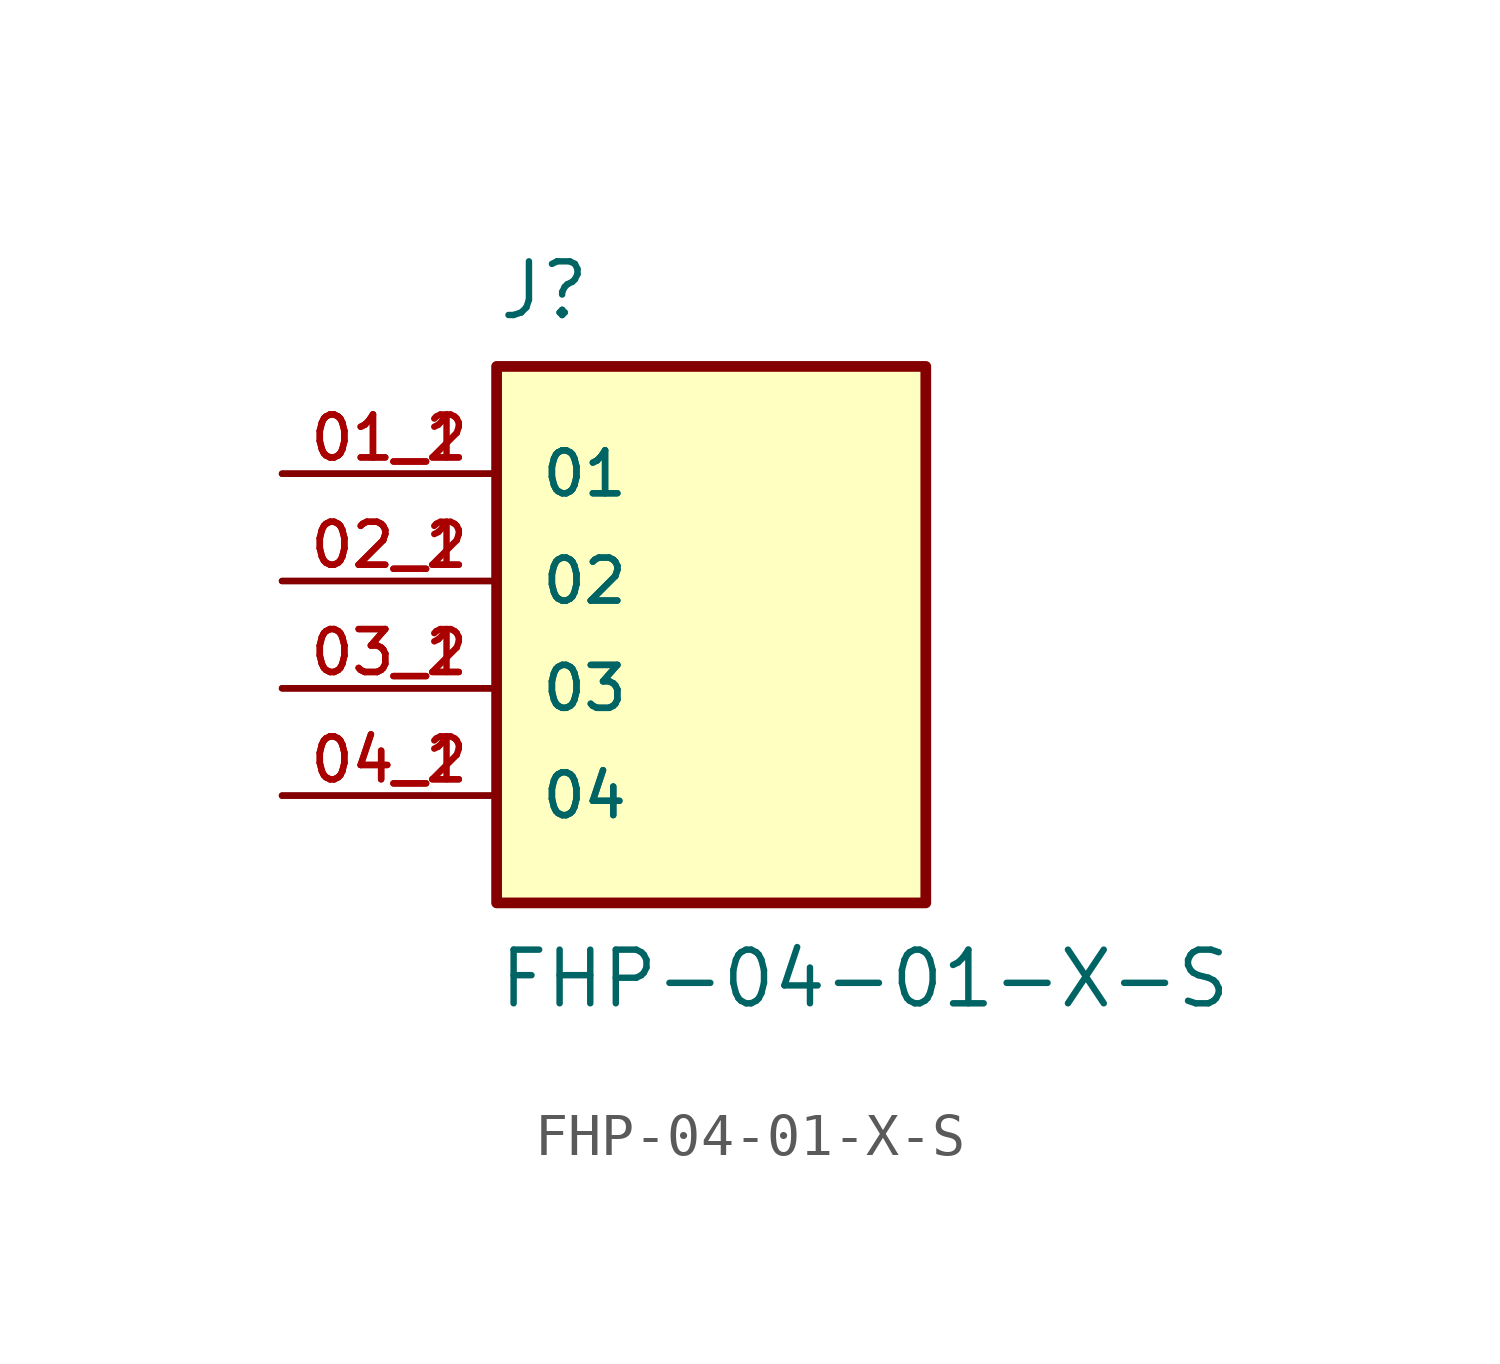
<source format=kicad_sym>
(kicad_symbol_lib
  (version 20211014)
  (generator kicad_symbol_editor)
  (symbol "FHP-04-01-X-S"
    (pin_names
      (offset 1.016))
    (property "Reference" "J"
      (at -5.08 7.62 0)
      (effects (font (size 1.27 1.27)) (justify top left)))
    (property "Value" "FHP-04-01-X-S"
      (at -5.08 -10.16 0)
      (effects (font (size 1.27 1.27)) (justify bottom left)))
    (symbol "FHP-04-01-X-S_0_0"
      (rectangle (start -5.08 -7.62) (end 5.08 5.08) (stroke (width 0.254)) (fill (type background)))
      (pin power_in line (at -10.16 2.54 0) (length 5.08) (name "01" (effects (font (size 1.016 1.016)))) (number "01_1" (effects (font (size 1.016 1.016)))))
      (pin power_in line (at -10.16 2.54 0) (length 5.08) (name "01" (effects (font (size 1.016 1.016)))) (number "01_2" (effects (font (size 1.016 1.016)))))
      (pin power_in line (at -10.16 0.0 0) (length 5.08) (name "02" (effects (font (size 1.016 1.016)))) (number "02_1" (effects (font (size 1.016 1.016)))))
      (pin power_in line (at -10.16 0.0 0) (length 5.08) (name "02" (effects (font (size 1.016 1.016)))) (number "02_2" (effects (font (size 1.016 1.016)))))
      (pin power_in line (at -10.16 -2.54 0) (length 5.08) (name "03" (effects (font (size 1.016 1.016)))) (number "03_1" (effects (font (size 1.016 1.016)))))
      (pin power_in line (at -10.16 -2.54 0) (length 5.08) (name "03" (effects (font (size 1.016 1.016)))) (number "03_2" (effects (font (size 1.016 1.016)))))
      (pin power_in line (at -10.16 -5.08 0) (length 5.08) (name "04" (effects (font (size 1.016 1.016)))) (number "04_1" (effects (font (size 1.016 1.016)))))
      (pin power_in line (at -10.16 -5.08 0) (length 5.08) (name "04" (effects (font (size 1.016 1.016)))) (number "04_2" (effects (font (size 1.016 1.016))))))))
</source>
